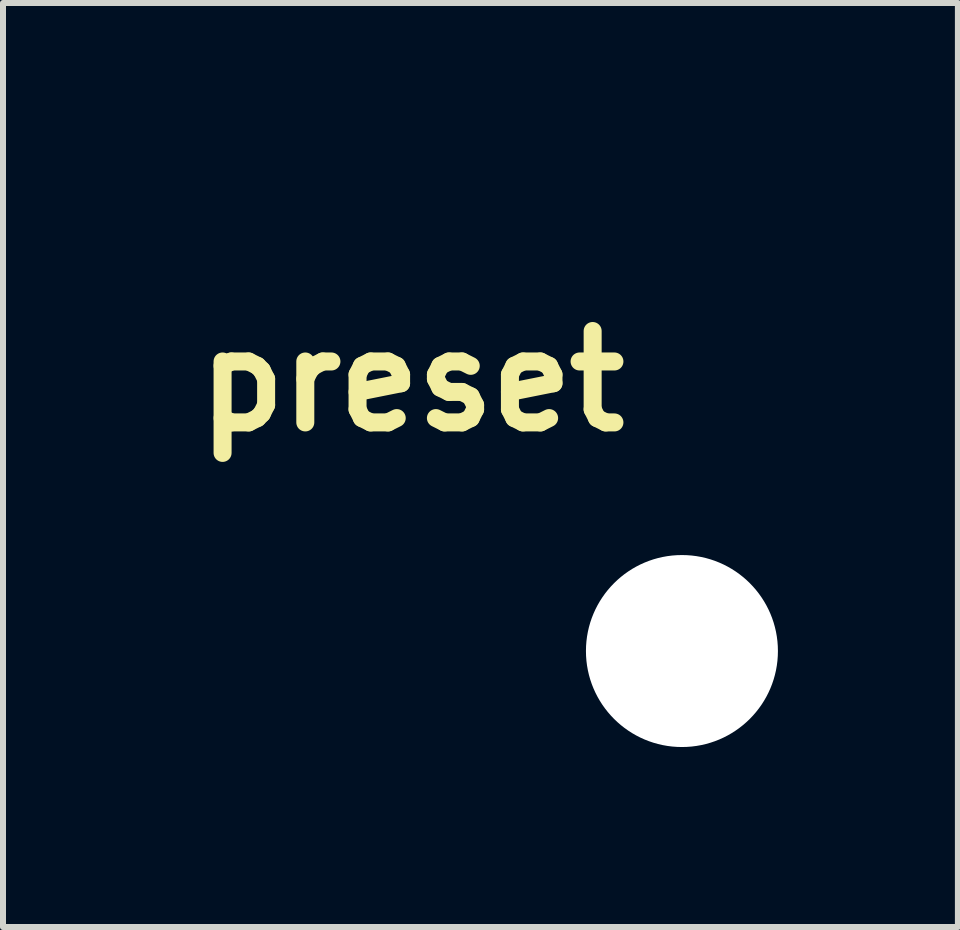
<source format=kicad_pcb>
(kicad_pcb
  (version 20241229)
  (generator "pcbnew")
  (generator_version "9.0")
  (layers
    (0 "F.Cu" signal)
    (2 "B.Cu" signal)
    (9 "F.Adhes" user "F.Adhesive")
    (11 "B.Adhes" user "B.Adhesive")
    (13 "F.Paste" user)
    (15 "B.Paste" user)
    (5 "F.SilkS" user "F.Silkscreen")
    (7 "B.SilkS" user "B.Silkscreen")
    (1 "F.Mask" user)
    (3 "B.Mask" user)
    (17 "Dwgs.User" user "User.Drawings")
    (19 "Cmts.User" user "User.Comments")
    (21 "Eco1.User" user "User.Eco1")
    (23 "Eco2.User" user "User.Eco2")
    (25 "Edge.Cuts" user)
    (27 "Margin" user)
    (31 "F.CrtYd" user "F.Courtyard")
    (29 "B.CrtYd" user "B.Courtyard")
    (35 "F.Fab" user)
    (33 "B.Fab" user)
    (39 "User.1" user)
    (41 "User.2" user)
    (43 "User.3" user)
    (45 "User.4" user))
  (footprint "preset"
    (layer "F.Cu")
    (at 8.317 7.802)
    (property "Reference" "preset" (at -4.5 -4.5 0) (layer "F.SilkS") (effects (font (size 1.524 1.524) (thickness 0.3))))
    (attr through_hole)
    (fp_poly (pts (xy -2.421 -5.882) (xy -2.375 -5.853) (xy -2.34 -5.819) (xy -2.312 -5.777) (xy -2.287 -5.731) (xy -2.284 -5.314) (xy -2.284 -5.213) (xy -2.283 -5.127) (xy -2.284 -5.056) (xy -2.284 -4.997) (xy -2.286 -4.948) (xy -2.288 -4.909) (xy -2.292 -4.878) (xy -2.296 -4.854) (xy -2.303 -4.834) (xy -2.311 -4.817) (xy -2.32 -4.803) (xy -2.332 -4.788) (xy -2.346 -4.773) (xy -2.346 -4.772) (xy -2.394 -4.731) (xy -2.447 -4.704) (xy -2.503 -4.692) (xy -2.56 -4.693) (xy -2.615 -4.707) (xy -2.666 -4.734) (xy -2.71 -4.775) (xy -2.745 -4.827) (xy -2.746 -4.829) (xy -2.769 -4.877) (xy -2.775 -5.414) (xy -6.217 -5.414) (xy -6.22 -5.145) (xy -6.22 -5.07) (xy -6.221 -5.01) (xy -6.222 -4.963) (xy -6.224 -4.927) (xy -6.225 -4.899) (xy -6.228 -4.879) (xy -6.231 -4.863) (xy -6.235 -4.851) (xy -6.24 -4.839) (xy -6.24 -4.838) (xy -6.273 -4.786) (xy -6.316 -4.743) (xy -6.367 -4.712) (xy -6.422 -4.693) (xy -6.48 -4.689) (xy -6.517 -4.695) (xy -6.577 -4.718) (xy -6.629 -4.755) (xy -6.648 -4.775) (xy -6.662 -4.791) (xy -6.673 -4.805) (xy -6.682 -4.819) (xy -6.69 -4.836) (xy -6.696 -4.855) (xy -6.7 -4.88) (xy -6.704 -4.911) (xy -6.706 -4.95) (xy -6.707 -4.999) (xy -6.708 -5.058) (xy -6.708 -5.13) (xy -6.708 -5.216) (xy -6.707 -5.314) (xy -6.707 -5.408) (xy -6.706 -5.488) (xy -6.706 -5.553) (xy -6.705 -5.607) (xy -6.704 -5.649) (xy -6.703 -5.682) (xy -6.701 -5.707) (xy -6.699 -5.725) (xy -6.697 -5.739) (xy -6.694 -5.75) (xy -6.69 -5.758) (xy -6.686 -5.766) (xy -6.657 -5.813) (xy -6.623 -5.848) (xy -6.581 -5.876) (xy -6.536 -5.901) (xy -2.456 -5.901) (xy -2.421 -5.882)) (stroke (width 0.01) (type solid)) (fill yes) (layer "F.Mask"))
    (fp_poly (pts (xy -2.421 -7.778) (xy -2.375 -7.749) (xy -2.34 -7.715) (xy -2.312 -7.673) (xy -2.287 -7.627) (xy -2.284 -7.209) (xy -2.284 -7.109) (xy -2.283 -7.023) (xy -2.284 -6.952) (xy -2.284 -6.892) (xy -2.286 -6.844) (xy -2.288 -6.805) (xy -2.292 -6.774) (xy -2.296 -6.75) (xy -2.303 -6.73) (xy -2.311 -6.713) (xy -2.32 -6.699) (xy -2.332 -6.684) (xy -2.346 -6.669) (xy -2.346 -6.668) (xy -2.394 -6.627) (xy -2.447 -6.6) (xy -2.503 -6.587) (xy -2.56 -6.588) (xy -2.615 -6.603) (xy -2.666 -6.63) (xy -2.71 -6.67) (xy -2.745 -6.723) (xy -2.746 -6.724) (xy -2.769 -6.773) (xy -2.775 -7.31) (xy -6.217 -7.31) (xy -6.22 -7.041) (xy -6.22 -6.966) (xy -6.221 -6.906) (xy -6.222 -6.859) (xy -6.224 -6.823) (xy -6.225 -6.795) (xy -6.228 -6.775) (xy -6.231 -6.759) (xy -6.235 -6.747) (xy -6.24 -6.735) (xy -6.24 -6.734) (xy -6.257 -6.703) (xy -6.279 -6.672) (xy -6.285 -6.665) (xy -6.324 -6.631) (xy -6.373 -6.606) (xy -6.426 -6.59) (xy -6.479 -6.586) (xy -6.527 -6.593) (xy -6.574 -6.612) (xy -6.61 -6.634) (xy -6.643 -6.665) (xy -6.648 -6.671) (xy -6.662 -6.687) (xy -6.673 -6.701) (xy -6.682 -6.715) (xy -6.69 -6.732) (xy -6.696 -6.751) (xy -6.7 -6.776) (xy -6.704 -6.807) (xy -6.706 -6.846) (xy -6.707 -6.895) (xy -6.708 -6.954) (xy -6.708 -7.026) (xy -6.708 -7.112) (xy -6.707 -7.209) (xy -6.707 -7.304) (xy -6.706 -7.384) (xy -6.706 -7.449) (xy -6.705 -7.502) (xy -6.704 -7.545) (xy -6.703 -7.578) (xy -6.701 -7.603) (xy -6.699 -7.621) (xy -6.697 -7.635) (xy -6.694 -7.645) (xy -6.69 -7.654) (xy -6.686 -7.662) (xy -6.657 -7.709) (xy -6.623 -7.744) (xy -6.581 -7.772) (xy -6.536 -7.797) (xy -2.456 -7.797) (xy -2.421 -7.778)) (stroke (width 0.01) (type solid)) (fill yes) (layer "F.Mask"))
    (fp_poly (pts (xy -4.522 -3.958) (xy -2.515 -3.958) (xy -2.473 -3.938) (xy -2.442 -3.92) (xy -2.411 -3.895) (xy -2.396 -3.881) (xy -2.387 -3.872) (xy -2.38 -3.864) (xy -2.373 -3.857) (xy -2.366 -3.85) (xy -2.361 -3.841) (xy -2.356 -3.83) (xy -2.351 -3.816) (xy -2.348 -3.799) (xy -2.345 -3.777) (xy -2.342 -3.749) (xy -2.34 -3.716) (xy -2.338 -3.675) (xy -2.336 -3.626) (xy -2.335 -3.569) (xy -2.335 -3.502) (xy -2.334 -3.425) (xy -2.334 -3.336) (xy -2.334 -3.235) (xy -2.334 -3.121) (xy -2.334 -2.994) (xy -2.335 -2.852) (xy -2.335 -2.694) (xy -2.335 -2.562) (xy -2.337 -1.356) (xy -2.361 -1.316) (xy -2.382 -1.286) (xy -2.408 -1.256) (xy -2.419 -1.247) (xy -2.425 -1.241) (xy -2.431 -1.235) (xy -2.436 -1.23) (xy -2.441 -1.225) (xy -2.447 -1.221) (xy -2.454 -1.217) (xy -2.464 -1.213) (xy -2.476 -1.21) (xy -2.492 -1.207) (xy -2.511 -1.204) (xy -2.536 -1.202) (xy -2.565 -1.2) (xy -2.601 -1.198) (xy -2.643 -1.197) (xy -2.692 -1.195) (xy -2.75 -1.194) (xy -2.815 -1.193) (xy -2.89 -1.193) (xy -2.975 -1.192) (xy -3.07 -1.191) (xy -3.177 -1.191) (xy -3.295 -1.191) (xy -3.425 -1.191) (xy -3.569 -1.191) (xy -3.726 -1.191) (xy -3.897 -1.191) (xy -4.084 -1.191) (xy -4.286 -1.191) (xy -4.504 -1.191) (xy -4.521 -1.191) (xy -4.742 -1.191) (xy -4.948 -1.191) (xy -5.137 -1.191) (xy -5.312 -1.191) (xy -5.472 -1.192) (xy -5.618 -1.192) (xy -5.751 -1.192) (xy -5.871 -1.192) (xy -5.978 -1.193) (xy -6.075 -1.193) (xy -6.16 -1.194) (xy -6.235 -1.194) (xy -6.3 -1.195) (xy -6.356 -1.195) (xy -6.403 -1.196) (xy -6.442 -1.197) (xy -6.474 -1.198) (xy -6.499 -1.199) (xy -6.518 -1.2) (xy -6.531 -1.201) (xy -6.54 -1.202) (xy -6.542 -1.203) (xy -6.598 -1.231) (xy -6.645 -1.271) (xy -6.681 -1.32) (xy -6.701 -1.368) (xy -6.702 -1.381) (xy -6.703 -1.411) (xy -6.704 -1.456) (xy -6.705 -1.518) (xy -6.706 -1.594) (xy -6.707 -1.686) (xy -6.707 -1.792) (xy -6.708 -1.912) (xy -6.708 -2.046) (xy -6.709 -2.193) (xy -6.709 -2.354) (xy -6.709 -2.526) (xy -6.709 -2.579) (xy -6.709 -2.748) (xy -6.709 -2.9) (xy -6.709 -3.037) (xy -6.709 -3.16) (xy -6.709 -3.269) (xy -6.709 -3.366) (xy -6.708 -3.45) (xy -6.708 -3.476) (xy -6.218 -3.476) (xy -6.218 -1.682) (xy -2.816 -1.682) (xy -2.816 -3.476) (xy -6.218 -3.476) (xy -6.708 -3.476) (xy -6.707 -3.524) (xy -6.706 -3.587) (xy -6.705 -3.642) (xy -6.704 -3.687) (xy -6.702 -3.725) (xy -6.699 -3.757) (xy -6.696 -3.782) (xy -6.693 -3.802) (xy -6.689 -3.818) (xy -6.685 -3.831) (xy -6.679 -3.841) (xy -6.674 -3.85) (xy -6.667 -3.857) (xy -6.66 -3.865) (xy -6.652 -3.873) (xy -6.649 -3.877) (xy -6.621 -3.903) (xy -6.589 -3.927) (xy -6.572 -3.936) (xy -6.528 -3.958) (xy -4.522 -3.958)) (stroke (width 0.01) (type solid)) (fill yes) (layer "F.Mask"))
    (fp_poly (pts (xy -2.421 -5.882) (xy -2.375 -5.853) (xy -2.34 -5.819) (xy -2.312 -5.777) (xy -2.287 -5.731) (xy -2.284 -5.314) (xy -2.284 -5.213) (xy -2.283 -5.127) (xy -2.284 -5.056) (xy -2.284 -4.997) (xy -2.286 -4.948) (xy -2.288 -4.909) (xy -2.292 -4.878) (xy -2.296 -4.854) (xy -2.303 -4.834) (xy -2.311 -4.817) (xy -2.32 -4.803) (xy -2.332 -4.788) (xy -2.346 -4.773) (xy -2.346 -4.772) (xy -2.394 -4.731) (xy -2.447 -4.704) (xy -2.503 -4.692) (xy -2.56 -4.693) (xy -2.615 -4.707) (xy -2.666 -4.734) (xy -2.71 -4.775) (xy -2.745 -4.827) (xy -2.746 -4.829) (xy -2.769 -4.877) (xy -2.775 -5.414) (xy -6.217 -5.414) (xy -6.22 -5.145) (xy -6.22 -5.07) (xy -6.221 -5.01) (xy -6.222 -4.963) (xy -6.224 -4.927) (xy -6.225 -4.899) (xy -6.228 -4.879) (xy -6.231 -4.863) (xy -6.235 -4.851) (xy -6.24 -4.839) (xy -6.24 -4.838) (xy -6.273 -4.786) (xy -6.316 -4.743) (xy -6.367 -4.712) (xy -6.422 -4.693) (xy -6.48 -4.689) (xy -6.517 -4.695) (xy -6.577 -4.718) (xy -6.629 -4.755) (xy -6.648 -4.775) (xy -6.662 -4.791) (xy -6.673 -4.805) (xy -6.682 -4.819) (xy -6.69 -4.836) (xy -6.696 -4.855) (xy -6.7 -4.88) (xy -6.704 -4.911) (xy -6.706 -4.95) (xy -6.707 -4.999) (xy -6.708 -5.058) (xy -6.708 -5.13) (xy -6.708 -5.216) (xy -6.707 -5.314) (xy -6.707 -5.408) (xy -6.706 -5.488) (xy -6.706 -5.553) (xy -6.705 -5.607) (xy -6.704 -5.649) (xy -6.703 -5.682) (xy -6.701 -5.707) (xy -6.699 -5.725) (xy -6.697 -5.739) (xy -6.694 -5.75) (xy -6.69 -5.758) (xy -6.686 -5.766) (xy -6.657 -5.813) (xy -6.623 -5.848) (xy -6.581 -5.876) (xy -6.536 -5.901) (xy -2.456 -5.901) (xy -2.421 -5.882)) (stroke (width 0.01) (type solid)) (fill yes) (layer "B.Mask"))
    (fp_poly (pts (xy -2.421 -7.778) (xy -2.375 -7.749) (xy -2.34 -7.715) (xy -2.312 -7.673) (xy -2.287 -7.627) (xy -2.284 -7.209) (xy -2.284 -7.109) (xy -2.283 -7.023) (xy -2.284 -6.952) (xy -2.284 -6.892) (xy -2.286 -6.844) (xy -2.288 -6.805) (xy -2.292 -6.774) (xy -2.296 -6.75) (xy -2.303 -6.73) (xy -2.311 -6.713) (xy -2.32 -6.699) (xy -2.332 -6.684) (xy -2.346 -6.669) (xy -2.346 -6.668) (xy -2.394 -6.627) (xy -2.447 -6.6) (xy -2.503 -6.587) (xy -2.56 -6.588) (xy -2.615 -6.603) (xy -2.666 -6.63) (xy -2.71 -6.67) (xy -2.745 -6.723) (xy -2.746 -6.724) (xy -2.769 -6.773) (xy -2.775 -7.31) (xy -6.217 -7.31) (xy -6.22 -7.041) (xy -6.22 -6.966) (xy -6.221 -6.906) (xy -6.222 -6.859) (xy -6.224 -6.823) (xy -6.225 -6.795) (xy -6.228 -6.775) (xy -6.231 -6.759) (xy -6.235 -6.747) (xy -6.24 -6.735) (xy -6.24 -6.734) (xy -6.257 -6.703) (xy -6.279 -6.672) (xy -6.285 -6.665) (xy -6.324 -6.631) (xy -6.373 -6.606) (xy -6.426 -6.59) (xy -6.479 -6.586) (xy -6.527 -6.593) (xy -6.574 -6.612) (xy -6.61 -6.634) (xy -6.643 -6.665) (xy -6.648 -6.671) (xy -6.662 -6.687) (xy -6.673 -6.701) (xy -6.682 -6.715) (xy -6.69 -6.732) (xy -6.696 -6.751) (xy -6.7 -6.776) (xy -6.704 -6.807) (xy -6.706 -6.846) (xy -6.707 -6.895) (xy -6.708 -6.954) (xy -6.708 -7.026) (xy -6.708 -7.112) (xy -6.707 -7.209) (xy -6.707 -7.304) (xy -6.706 -7.384) (xy -6.706 -7.449) (xy -6.705 -7.502) (xy -6.704 -7.545) (xy -6.703 -7.578) (xy -6.701 -7.603) (xy -6.699 -7.621) (xy -6.697 -7.635) (xy -6.694 -7.645) (xy -6.69 -7.654) (xy -6.686 -7.662) (xy -6.657 -7.709) (xy -6.623 -7.744) (xy -6.581 -7.772) (xy -6.536 -7.797) (xy -2.456 -7.797) (xy -2.421 -7.778)) (stroke (width 0.01) (type solid)) (fill yes) (layer "B.Mask"))
    (fp_poly (pts (xy -4.522 -3.958) (xy -2.515 -3.958) (xy -2.473 -3.938) (xy -2.442 -3.92) (xy -2.411 -3.895) (xy -2.396 -3.881) (xy -2.387 -3.872) (xy -2.38 -3.864) (xy -2.373 -3.857) (xy -2.366 -3.85) (xy -2.361 -3.841) (xy -2.356 -3.83) (xy -2.351 -3.816) (xy -2.348 -3.799) (xy -2.345 -3.777) (xy -2.342 -3.749) (xy -2.34 -3.716) (xy -2.338 -3.675) (xy -2.336 -3.626) (xy -2.335 -3.569) (xy -2.335 -3.502) (xy -2.334 -3.425) (xy -2.334 -3.336) (xy -2.334 -3.235) (xy -2.334 -3.121) (xy -2.334 -2.994) (xy -2.335 -2.852) (xy -2.335 -2.694) (xy -2.335 -2.562) (xy -2.337 -1.356) (xy -2.361 -1.316) (xy -2.382 -1.286) (xy -2.408 -1.256) (xy -2.419 -1.247) (xy -2.425 -1.241) (xy -2.431 -1.235) (xy -2.436 -1.23) (xy -2.441 -1.225) (xy -2.447 -1.221) (xy -2.454 -1.217) (xy -2.464 -1.213) (xy -2.476 -1.21) (xy -2.492 -1.207) (xy -2.511 -1.204) (xy -2.536 -1.202) (xy -2.565 -1.2) (xy -2.601 -1.198) (xy -2.643 -1.197) (xy -2.692 -1.195) (xy -2.75 -1.194) (xy -2.815 -1.193) (xy -2.89 -1.193) (xy -2.975 -1.192) (xy -3.07 -1.191) (xy -3.177 -1.191) (xy -3.295 -1.191) (xy -3.425 -1.191) (xy -3.569 -1.191) (xy -3.726 -1.191) (xy -3.897 -1.191) (xy -4.084 -1.191) (xy -4.286 -1.191) (xy -4.504 -1.191) (xy -4.521 -1.191) (xy -4.742 -1.191) (xy -4.948 -1.191) (xy -5.137 -1.191) (xy -5.312 -1.191) (xy -5.472 -1.192) (xy -5.618 -1.192) (xy -5.751 -1.192) (xy -5.871 -1.192) (xy -5.978 -1.193) (xy -6.075 -1.193) (xy -6.16 -1.194) (xy -6.235 -1.194) (xy -6.3 -1.195) (xy -6.356 -1.195) (xy -6.403 -1.196) (xy -6.442 -1.197) (xy -6.474 -1.198) (xy -6.499 -1.199) (xy -6.518 -1.2) (xy -6.531 -1.201) (xy -6.54 -1.202) (xy -6.542 -1.203) (xy -6.598 -1.231) (xy -6.645 -1.271) (xy -6.681 -1.32) (xy -6.701 -1.368) (xy -6.702 -1.381) (xy -6.703 -1.411) (xy -6.704 -1.456) (xy -6.705 -1.518) (xy -6.706 -1.594) (xy -6.707 -1.686) (xy -6.707 -1.792) (xy -6.708 -1.912) (xy -6.708 -2.046) (xy -6.709 -2.193) (xy -6.709 -2.354) (xy -6.709 -2.526) (xy -6.709 -2.579) (xy -6.709 -2.748) (xy -6.709 -2.9) (xy -6.709 -3.037) (xy -6.709 -3.16) (xy -6.709 -3.269) (xy -6.709 -3.366) (xy -6.708 -3.45) (xy -6.708 -3.476) (xy -6.218 -3.476) (xy -6.218 -1.682) (xy -2.816 -1.682) (xy -2.816 -3.476) (xy -6.218 -3.476) (xy -6.708 -3.476) (xy -6.707 -3.524) (xy -6.706 -3.587) (xy -6.705 -3.642) (xy -6.704 -3.687) (xy -6.702 -3.725) (xy -6.699 -3.757) (xy -6.696 -3.782) (xy -6.693 -3.802) (xy -6.689 -3.818) (xy -6.685 -3.831) (xy -6.679 -3.841) (xy -6.674 -3.85) (xy -6.667 -3.857) (xy -6.66 -3.865) (xy -6.652 -3.873) (xy -6.649 -3.877) (xy -6.621 -3.903) (xy -6.589 -3.927) (xy -6.572 -3.936) (xy -6.528 -3.958) (xy -4.522 -3.958)) (stroke (width 0.01) (type solid)) (fill yes) (layer "B.Mask"))
    (pad "" np_thru_hole circle (at 0 0) (size 3.2 3.2) (drill 3.2) (layers "*.Cu" "*.Mask")))
  (gr_rect
    (start -3 -3)
    (end 12.917 12.402)
    (stroke (width 0.1) (type default))
    (fill no)
    (layer "Edge.Cuts")))
</source>
